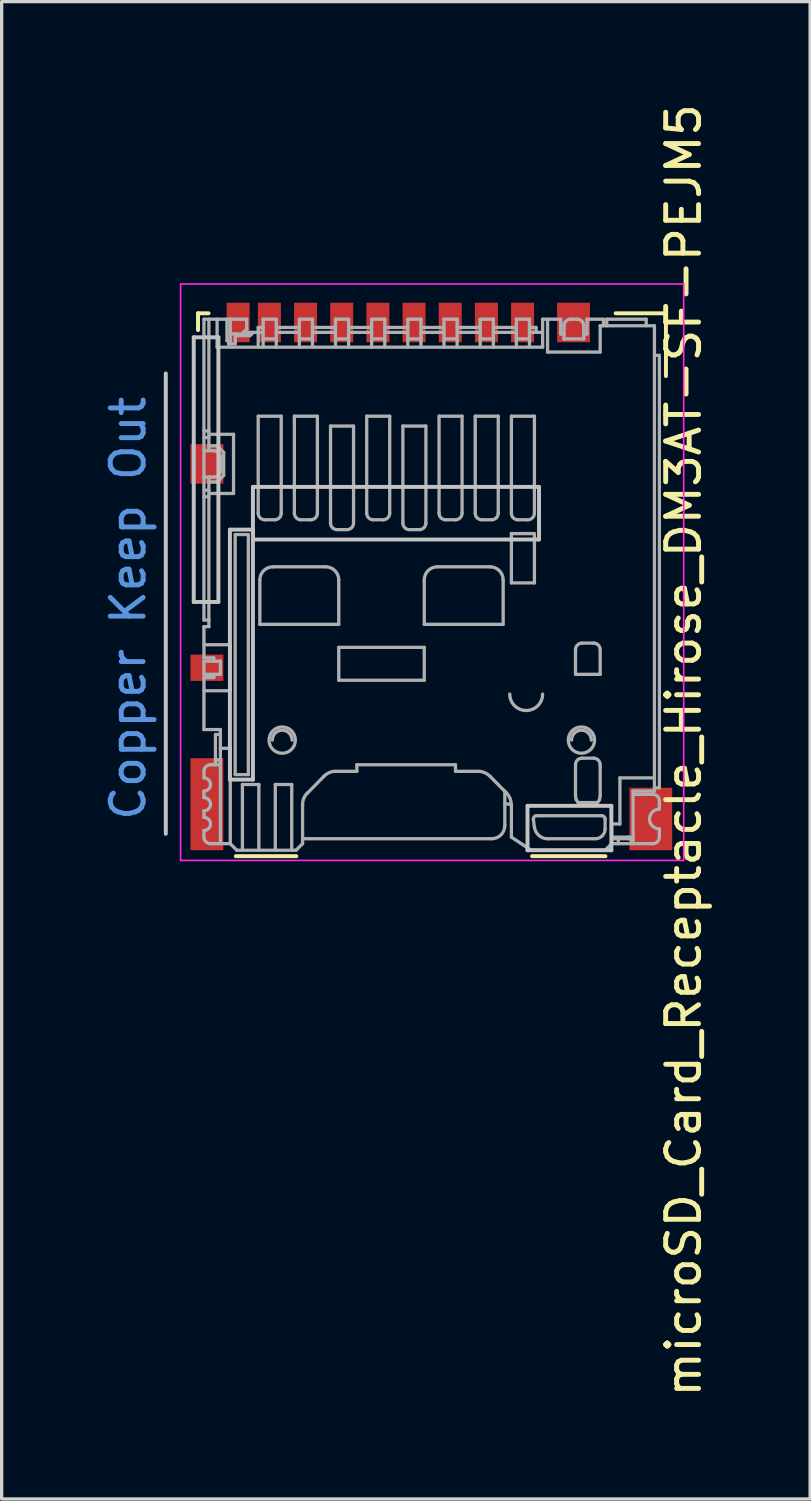
<source format=kicad_pcb>
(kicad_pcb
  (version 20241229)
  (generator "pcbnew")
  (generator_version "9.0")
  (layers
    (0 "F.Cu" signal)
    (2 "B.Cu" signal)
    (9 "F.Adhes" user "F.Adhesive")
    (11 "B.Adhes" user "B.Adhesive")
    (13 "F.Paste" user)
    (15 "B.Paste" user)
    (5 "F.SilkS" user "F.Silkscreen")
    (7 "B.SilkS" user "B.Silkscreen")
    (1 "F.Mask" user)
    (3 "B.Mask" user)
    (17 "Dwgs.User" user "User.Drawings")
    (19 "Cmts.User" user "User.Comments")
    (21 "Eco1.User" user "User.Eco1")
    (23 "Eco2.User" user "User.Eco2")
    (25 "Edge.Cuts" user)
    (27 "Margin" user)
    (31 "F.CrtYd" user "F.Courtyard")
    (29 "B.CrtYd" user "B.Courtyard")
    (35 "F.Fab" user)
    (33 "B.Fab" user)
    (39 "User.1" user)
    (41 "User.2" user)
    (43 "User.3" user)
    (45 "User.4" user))
  (footprint "microSD_Card_Receptacle_Hirose_DM3AT-SF-PEJM5"
    (layer "F.Cu")
    (at 9.992 14.307)
    (property "Reference" "microSD_Card_Receptacle_Hirose_DM3AT-SF-PEJM5" (at 7.747 5.461 90) (layer "F.SilkS") (effects (font (size 1 1) (thickness 0.15))))
    (attr smd)
    (fp_line (start -7.02 -7.83) (end -7.02 -7.32) (stroke (width 0.12) (type solid)) (layer "F.SilkS"))
    (fp_line (start -6.7 -7.83) (end -7.02 -7.83) (stroke (width 0.12) (type solid)) (layer "F.SilkS"))
    (fp_line (start -5.87 8.68) (end -4.03 8.68) (stroke (width 0.12) (type solid)) (layer "F.SilkS"))
    (fp_line (start 5.37 8.68) (end 3.14 8.68) (stroke (width 0.12) (type solid)) (layer "F.SilkS"))
    (fp_line (start 5.68 -7.83) (end 7.21 -7.83) (stroke (width 0.12) (type solid)) (layer "F.SilkS"))
    (fp_line (start 7.21 -7.83) (end 7.21 -5.92) (stroke (width 0.12) (type solid)) (layer "F.SilkS"))
    (fp_line (start -8 8) (end -8 -6) (stroke (width 0.12) (type solid)) (layer "Dwgs.User"))
    (fp_line (start -7.15 -7.1) (end -6.4 -7.1) (stroke (width 0.12) (type solid)) (layer "Dwgs.User"))
    (fp_line (start -7.15 0.95) (end -7.15 -7.1) (stroke (width 0.12) (type solid)) (layer "Dwgs.User"))
    (fp_line (start -6.4 -7.1) (end -6.4 0.95) (stroke (width 0.12) (type solid)) (layer "Dwgs.User"))
    (fp_line (start -6.4 0.95) (end -7.15 0.95) (stroke (width 0.12) (type solid)) (layer "Dwgs.User"))
    (fp_line (start -6.05 -1.25) (end -5.35 -1.25) (stroke (width 0.12) (type solid)) (layer "Dwgs.User"))
    (fp_line (start -6.05 6.35) (end -6.05 -1.25) (stroke (width 0.12) (type solid)) (layer "Dwgs.User"))
    (fp_line (start -5.35 -2.55) (end -5.35 -0.95) (stroke (width 0.12) (type solid)) (layer "Dwgs.User"))
    (fp_line (start -5.35 -2.55) (end 3.35 -2.55) (stroke (width 0.12) (type solid)) (layer "Dwgs.User"))
    (fp_line (start -5.35 -1.25) (end -5.35 6.35) (stroke (width 0.12) (type solid)) (layer "Dwgs.User"))
    (fp_line (start -5.35 6.35) (end -6.05 6.35) (stroke (width 0.12) (type solid)) (layer "Dwgs.User"))
    (fp_line (start 3 7.15) (end 5.55 7.15) (stroke (width 0.12) (type solid)) (layer "Dwgs.User"))
    (fp_line (start 3 8.5) (end 3 7.15) (stroke (width 0.12) (type solid)) (layer "Dwgs.User"))
    (fp_line (start 3.35 -2.55) (end 3.35 -0.95) (stroke (width 0.12) (type solid)) (layer "Dwgs.User"))
    (fp_line (start 3.35 -0.95) (end -5.35 -0.95) (stroke (width 0.12) (type solid)) (layer "Dwgs.User"))
    (fp_line (start 5.55 7.15) (end 5.55 8.5) (stroke (width 0.12) (type solid)) (layer "Dwgs.User"))
    (fp_line (start 5.55 8.5) (end 3 8.5) (stroke (width 0.12) (type solid)) (layer "Dwgs.User"))
    (fp_line (start -7.55 -8.72) (end 7.75 -8.72) (stroke (width 0.05) (type solid)) (layer "F.CrtYd"))
    (fp_line (start -7.55 8.81) (end -7.55 -8.72) (stroke (width 0.05) (type solid)) (layer "F.CrtYd"))
    (fp_line (start 7.75 -8.72) (end 7.75 8.81) (stroke (width 0.05) (type solid)) (layer "F.CrtYd"))
    (fp_line (start 7.75 8.81) (end -7.55 8.81) (stroke (width 0.05) (type solid)) (layer "F.CrtYd"))
    (fp_line (start -6.84 -3.66) (end -6.83 -3.65) (stroke (width 0.1) (type solid)) (layer "F.Fab"))
    (fp_line (start -6.84 -2.84) (end -6.83 -2.85) (stroke (width 0.1) (type solid)) (layer "F.Fab"))
    (fp_line (start -6.84 -2.83) (end -6.84 -2.84) (stroke (width 0.1) (type solid)) (layer "F.Fab"))
    (fp_line (start -6.84 -2.45) (end -6.69 -2.45) (stroke (width 0.1) (type solid)) (layer "F.Fab"))
    (fp_line (start -6.84 1.5) (end -6.84 -7.65) (stroke (width 0.1) (type solid)) (layer "F.Fab"))
    (fp_line (start -6.84 1.5) (end -6.69 1.5) (stroke (width 0.1) (type solid)) (layer "F.Fab"))
    (fp_line (start -6.84 1.7) (end -6.84 2.65) (stroke (width 0.1) (type solid)) (layer "F.Fab"))
    (fp_line (start -6.84 1.7) (end -6.69 1.7) (stroke (width 0.1) (type solid)) (layer "F.Fab"))
    (fp_line (start -6.84 2.65) (end -6.54 2.65) (stroke (width 0.1) (type solid)) (layer "F.Fab"))
    (fp_line (start -6.84 2.75) (end -6.84 3.15) (stroke (width 0.1) (type solid)) (layer "F.Fab"))
    (fp_line (start -6.84 3.15) (end -6.34 3.15) (stroke (width 0.1) (type solid)) (layer "F.Fab"))
    (fp_line (start -6.84 4.83) (end -6.84 3.25) (stroke (width 0.1) (type solid)) (layer "F.Fab"))
    (fp_line (start -6.84 6.3) (end -6.84 6.1) (stroke (width 0.1) (type solid)) (layer "F.Fab"))
    (fp_line (start -6.84 6.9) (end -6.84 6.7) (stroke (width 0.1) (type solid)) (layer "F.Fab"))
    (fp_line (start -6.84 7.5) (end -6.84 7.3) (stroke (width 0.1) (type solid)) (layer "F.Fab"))
    (fp_line (start -6.84 8.1) (end -6.84 7.9) (stroke (width 0.1) (type solid)) (layer "F.Fab"))
    (fp_line (start -6.83 -3.65) (end -6.54 -3.65) (stroke (width 0.1) (type solid)) (layer "F.Fab"))
    (fp_line (start -6.69 -4.25) (end -6.84 -4.25) (stroke (width 0.1) (type solid)) (layer "F.Fab"))
    (fp_line (start -6.69 -4.05) (end -6.84 -4.05) (stroke (width 0.1) (type solid)) (layer "F.Fab"))
    (fp_line (start -6.69 -3.66) (end -6.69 -7.65) (stroke (width 0.1) (type solid)) (layer "F.Fab"))
    (fp_line (start -6.69 -2.84) (end -6.69 -2.83) (stroke (width 0.1) (type solid)) (layer "F.Fab"))
    (fp_line (start -6.69 -2.7) (end -6.44 -2.7) (stroke (width 0.1) (type solid)) (layer "F.Fab"))
    (fp_line (start -6.69 -2.35) (end -5.94 -2.35) (stroke (width 0.1) (type solid)) (layer "F.Fab"))
    (fp_line (start -6.69 -2.25) (end -6.84 -2.25) (stroke (width 0.1) (type solid)) (layer "F.Fab"))
    (fp_line (start -6.69 1.7) (end -6.69 -2.83) (stroke (width 0.1) (type solid)) (layer "F.Fab"))
    (fp_line (start -6.68 -2.84) (end -6.69 -2.84) (stroke (width 0.1) (type solid)) (layer "F.Fab"))
    (fp_line (start -6.67 -2.84) (end -6.68 -2.84) (stroke (width 0.1) (type solid)) (layer "F.Fab"))
    (fp_line (start -6.66 -2.85) (end -6.67 -2.84) (stroke (width 0.1) (type solid)) (layer "F.Fab"))
    (fp_line (start -6.65 -2.85) (end -6.66 -2.85) (stroke (width 0.1) (type solid)) (layer "F.Fab"))
    (fp_line (start -6.64 -2.85) (end -6.65 -2.85) (stroke (width 0.1) (type solid)) (layer "F.Fab"))
    (fp_line (start -6.64 5.9) (end -6.34 5.9) (stroke (width 0.1) (type solid)) (layer "F.Fab"))
    (fp_line (start -6.54 -2.85) (end -6.83 -2.85) (stroke (width 0.1) (type solid)) (layer "F.Fab"))
    (fp_line (start -6.54 2.75) (end -6.54 2.65) (stroke (width 0.1) (type solid)) (layer "F.Fab"))
    (fp_line (start -6.54 3.25) (end -6.84 3.25) (stroke (width 0.1) (type solid)) (layer "F.Fab"))
    (fp_line (start -6.54 3.25) (end -6.54 3.15) (stroke (width 0.1) (type solid)) (layer "F.Fab"))
    (fp_line (start -6.49 4.98) (end -6.49 5.9) (stroke (width 0.1) (type solid)) (layer "F.Fab"))
    (fp_line (start -6.49 5.75) (end -6.34 5.75) (stroke (width 0.1) (type solid)) (layer "F.Fab"))
    (fp_line (start -6.44 -7.65) (end -6.44 -6.8) (stroke (width 0.1) (type solid)) (layer "F.Fab"))
    (fp_line (start -6.44 -6.8) (end 3.46 -6.8) (stroke (width 0.1) (type solid)) (layer "F.Fab"))
    (fp_line (start -6.44 -3.8) (end -6.69 -3.8) (stroke (width 0.1) (type solid)) (layer "F.Fab"))
    (fp_line (start -6.44 -2.7) (end -6.24 -2.9) (stroke (width 0.1) (type solid)) (layer "F.Fab"))
    (fp_line (start -6.34 -3.45) (end -6.34 -3.05) (stroke (width 0.1) (type solid)) (layer "F.Fab"))
    (fp_line (start -6.34 2.75) (end -6.84 2.75) (stroke (width 0.1) (type solid)) (layer "F.Fab"))
    (fp_line (start -6.34 3.15) (end -6.34 2.75) (stroke (width 0.1) (type solid)) (layer "F.Fab"))
    (fp_line (start -6.34 4.83) (end -6.84 4.83) (stroke (width 0.1) (type solid)) (layer "F.Fab"))
    (fp_line (start -6.34 4.98) (end -6.49 4.98) (stroke (width 0.1) (type solid)) (layer "F.Fab"))
    (fp_line (start -6.34 8.3) (end -6.34 4.83) (stroke (width 0.1) (type solid)) (layer "F.Fab"))
    (fp_line (start -6.24 -3.6) (end -6.44 -3.8) (stroke (width 0.1) (type solid)) (layer "F.Fab"))
    (fp_line (start -6.24 -2.9) (end -6.24 -3.6) (stroke (width 0.1) (type solid)) (layer "F.Fab"))
    (fp_line (start -6.14 -7) (end -6.14 -7.65) (stroke (width 0.1) (type solid)) (layer "F.Fab"))
    (fp_line (start -6.09 -7) (end -6.14 -7) (stroke (width 0.1) (type solid)) (layer "F.Fab"))
    (fp_line (start -6.09 -6.9) (end -6.09 -7) (stroke (width 0.1) (type solid)) (layer "F.Fab"))
    (fp_line (start -6.09 -6.9) (end -5.89 -6.9) (stroke (width 0.1) (type solid)) (layer "F.Fab"))
    (fp_line (start -6.05 -7.65) (end -6.84 -7.65) (stroke (width 0.1) (type solid)) (layer "F.Fab"))
    (fp_line (start -6.04 -7.65) (end -6.04 -6.9) (stroke (width 0.1) (type solid)) (layer "F.Fab"))
    (fp_line (start -6.04 -7.2) (end -5.69 -7.2) (stroke (width 0.1) (type solid)) (layer "F.Fab"))
    (fp_line (start -6.04 2.25) (end -6.84 2.25) (stroke (width 0.1) (type solid)) (layer "F.Fab"))
    (fp_line (start -6.04 3.65) (end -6.84 3.65) (stroke (width 0.1) (type solid)) (layer "F.Fab"))
    (fp_line (start -6.04 3.65) (end -6.04 2.25) (stroke (width 0.1) (type solid)) (layer "F.Fab"))
    (fp_line (start -6.04 5.4) (end -6.34 5.4) (stroke (width 0.1) (type solid)) (layer "F.Fab"))
    (fp_line (start -6.04 8.3) (end -6.64 8.3) (stroke (width 0.1) (type solid)) (layer "F.Fab"))
    (fp_line (start -6.04 8.3) (end -6.04 5.4) (stroke (width 0.1) (type solid)) (layer "F.Fab"))
    (fp_line (start -5.94 -4.15) (end -6.69 -4.15) (stroke (width 0.1) (type solid)) (layer "F.Fab"))
    (fp_line (start -5.94 -2.35) (end -5.94 -4.15) (stroke (width 0.1) (type solid)) (layer "F.Fab"))
    (fp_line (start -5.89 -7.15) (end -5.44 -7.15) (stroke (width 0.1) (type solid)) (layer "F.Fab"))
    (fp_line (start -5.89 -6.9) (end -5.89 -7.2) (stroke (width 0.1) (type solid)) (layer "F.Fab"))
    (fp_line (start -5.89 -1.1) (end -5.89 6.2) (stroke (width 0.1) (type solid)) (layer "F.Fab"))
    (fp_line (start -5.89 6.2) (end -5.49 6.2) (stroke (width 0.1) (type solid)) (layer "F.Fab"))
    (fp_line (start -5.84 8.5) (end -6.04 8.3) (stroke (width 0.1) (type solid)) (layer "F.Fab"))
    (fp_line (start -5.67 6.5) (end -5.67 8.5) (stroke (width 0.1) (type solid)) (layer "F.Fab"))
    (fp_line (start -5.54 -7.65) (end -6.04 -7.65) (stroke (width 0.1) (type solid)) (layer "F.Fab"))
    (fp_line (start -5.54 -7.65) (end -5.54 -7.35) (stroke (width 0.1) (type solid)) (layer "F.Fab"))
    (fp_line (start -5.54 -7.35) (end -5.69 -7.2) (stroke (width 0.1) (type solid)) (layer "F.Fab"))
    (fp_line (start -5.49 -1.1) (end -5.89 -1.1) (stroke (width 0.1) (type solid)) (layer "F.Fab"))
    (fp_line (start -5.49 6.2) (end -5.49 -1.1) (stroke (width 0.1) (type solid)) (layer "F.Fab"))
    (fp_line (start -5.44 -7.15) (end -5.34 -7.25) (stroke (width 0.1) (type solid)) (layer "F.Fab"))
    (fp_line (start -5.39 -7.25) (end -5.64 -7.25) (stroke (width 0.1) (type solid)) (layer "F.Fab"))
    (fp_line (start -5.39 -7.2) (end -5.39 -7.25) (stroke (width 0.1) (type solid)) (layer "F.Fab"))
    (fp_line (start -5.19 -7.25) (end -5.19 -7.4) (stroke (width 0.1) (type solid)) (layer "F.Fab"))
    (fp_line (start -5.19 -7.25) (end -5.19 -6.8) (stroke (width 0.1) (type solid)) (layer "F.Fab"))
    (fp_line (start -5.19 -4.7) (end -5.19 -1.75) (stroke (width 0.1) (type solid)) (layer "F.Fab"))
    (fp_line (start -5.17 6.5) (end -5.67 6.5) (stroke (width 0.1) (type solid)) (layer "F.Fab"))
    (fp_line (start -5.17 8.5) (end -5.17 6.5) (stroke (width 0.1) (type solid)) (layer "F.Fab"))
    (fp_line (start -5.14 0.28) (end -5.14 1.63) (stroke (width 0.1) (type solid)) (layer "F.Fab"))
    (fp_line (start -5.14 1.63) (end -2.74 1.63) (stroke (width 0.1) (type solid)) (layer "F.Fab"))
    (fp_line (start -5.04 -7.65) (end -5.04 -6.8) (stroke (width 0.1) (type solid)) (layer "F.Fab"))
    (fp_line (start -5.04 -7.4) (end -5.19 -7.4) (stroke (width 0.1) (type solid)) (layer "F.Fab"))
    (fp_line (start -5.04 -7.25) (end -5.34 -7.25) (stroke (width 0.1) (type solid)) (layer "F.Fab"))
    (fp_line (start -4.99 -1.55) (end -4.69 -1.55) (stroke (width 0.1) (type solid)) (layer "F.Fab"))
    (fp_line (start -4.67 6.5) (end -4.67 8.5) (stroke (width 0.1) (type solid)) (layer "F.Fab"))
    (fp_line (start -4.64 -7.65) (end -5.04 -7.65) (stroke (width 0.1) (type solid)) (layer "F.Fab"))
    (fp_line (start -4.64 -7.05) (end -5.04 -7.05) (stroke (width 0.1) (type solid)) (layer "F.Fab"))
    (fp_line (start -4.64 -6.8) (end -4.64 -7.65) (stroke (width 0.1) (type solid)) (layer "F.Fab"))
    (fp_line (start -4.49 -4.7) (end -5.19 -4.7) (stroke (width 0.1) (type solid)) (layer "F.Fab"))
    (fp_line (start -4.49 -1.75) (end -4.49 -4.7) (stroke (width 0.1) (type solid)) (layer "F.Fab"))
    (fp_line (start -4.17 6.5) (end -4.67 6.5) (stroke (width 0.1) (type solid)) (layer "F.Fab"))
    (fp_line (start -4.17 8.5) (end -4.17 6.5) (stroke (width 0.1) (type solid)) (layer "F.Fab"))
    (fp_line (start -4.09 -4.7) (end -4.09 -1.75) (stroke (width 0.1) (type solid)) (layer "F.Fab"))
    (fp_line (start -4.04 8.5) (end -5.84 8.5) (stroke (width 0.1) (type solid)) (layer "F.Fab"))
    (fp_line (start -3.94 -7.65) (end -3.94 -6.8) (stroke (width 0.1) (type solid)) (layer "F.Fab"))
    (fp_line (start -3.94 -7.4) (end -4.64 -7.4) (stroke (width 0.1) (type solid)) (layer "F.Fab"))
    (fp_line (start -3.94 -7.25) (end -4.64 -7.25) (stroke (width 0.1) (type solid)) (layer "F.Fab"))
    (fp_line (start -3.89 -1.55) (end -3.59 -1.55) (stroke (width 0.1) (type solid)) (layer "F.Fab"))
    (fp_line (start -3.84 8.3) (end -4.04 8.5) (stroke (width 0.1) (type solid)) (layer "F.Fab"))
    (fp_line (start -3.84 8.3) (end -3.84 7.11) (stroke (width 0.1) (type solid)) (layer "F.Fab"))
    (fp_line (start -3.69 6.76) (end -3.19 6.25) (stroke (width 0.1) (type solid)) (layer "F.Fab"))
    (fp_line (start -3.54 -7.65) (end -3.94 -7.65) (stroke (width 0.1) (type solid)) (layer "F.Fab"))
    (fp_line (start -3.54 -7.05) (end -3.94 -7.05) (stroke (width 0.1) (type solid)) (layer "F.Fab"))
    (fp_line (start -3.54 -6.8) (end -3.54 -7.65) (stroke (width 0.1) (type solid)) (layer "F.Fab"))
    (fp_line (start -3.39 -4.7) (end -4.09 -4.7) (stroke (width 0.1) (type solid)) (layer "F.Fab"))
    (fp_line (start -3.39 -1.75) (end -3.39 -4.7) (stroke (width 0.1) (type solid)) (layer "F.Fab"))
    (fp_line (start -3.14 -0.12) (end -4.74 -0.12) (stroke (width 0.1) (type solid)) (layer "F.Fab"))
    (fp_line (start -2.99 -4.4) (end -2.99 -1.45) (stroke (width 0.1) (type solid)) (layer "F.Fab"))
    (fp_line (start -2.84 -7.65) (end -2.84 -6.8) (stroke (width 0.1) (type solid)) (layer "F.Fab"))
    (fp_line (start -2.84 -7.4) (end -3.54 -7.4) (stroke (width 0.1) (type solid)) (layer "F.Fab"))
    (fp_line (start -2.84 -7.25) (end -3.54 -7.25) (stroke (width 0.1) (type solid)) (layer "F.Fab"))
    (fp_line (start -2.83 6.1) (end -2.19 6.1) (stroke (width 0.1) (type solid)) (layer "F.Fab"))
    (fp_line (start -2.79 -1.25) (end -2.49 -1.25) (stroke (width 0.1) (type solid)) (layer "F.Fab"))
    (fp_line (start -2.74 1.63) (end -2.74 0.28) (stroke (width 0.1) (type solid)) (layer "F.Fab"))
    (fp_line (start -2.74 2.33) (end -2.74 3.33) (stroke (width 0.1) (type solid)) (layer "F.Fab"))
    (fp_line (start -2.74 3.33) (end -0.14 3.33) (stroke (width 0.1) (type solid)) (layer "F.Fab"))
    (fp_line (start -2.44 -7.65) (end -2.84 -7.65) (stroke (width 0.1) (type solid)) (layer "F.Fab"))
    (fp_line (start -2.44 -7.05) (end -2.84 -7.05) (stroke (width 0.1) (type solid)) (layer "F.Fab"))
    (fp_line (start -2.44 -6.8) (end -2.44 -7.65) (stroke (width 0.1) (type solid)) (layer "F.Fab"))
    (fp_line (start -2.29 -4.4) (end -2.99 -4.4) (stroke (width 0.1) (type solid)) (layer "F.Fab"))
    (fp_line (start -2.29 -1.45) (end -2.29 -4.4) (stroke (width 0.1) (type solid)) (layer "F.Fab"))
    (fp_line (start -2.19 5.9) (end 0.81 5.9) (stroke (width 0.1) (type solid)) (layer "F.Fab"))
    (fp_line (start -2.19 6.1) (end -2.19 5.9) (stroke (width 0.1) (type solid)) (layer "F.Fab"))
    (fp_line (start -1.89 -4.7) (end -1.89 -1.75) (stroke (width 0.1) (type solid)) (layer "F.Fab"))
    (fp_line (start -1.74 -7.65) (end -1.74 -6.8) (stroke (width 0.1) (type solid)) (layer "F.Fab"))
    (fp_line (start -1.74 -7.4) (end -2.44 -7.4) (stroke (width 0.1) (type solid)) (layer "F.Fab"))
    (fp_line (start -1.74 -7.25) (end -2.44 -7.25) (stroke (width 0.1) (type solid)) (layer "F.Fab"))
    (fp_line (start -1.69 -1.55) (end -1.39 -1.55) (stroke (width 0.1) (type solid)) (layer "F.Fab"))
    (fp_line (start -1.34 -7.65) (end -1.74 -7.65) (stroke (width 0.1) (type solid)) (layer "F.Fab"))
    (fp_line (start -1.34 -7.05) (end -1.74 -7.05) (stroke (width 0.1) (type solid)) (layer "F.Fab"))
    (fp_line (start -1.34 -6.8) (end -1.34 -7.65) (stroke (width 0.1) (type solid)) (layer "F.Fab"))
    (fp_line (start -1.19 -4.7) (end -1.89 -4.7) (stroke (width 0.1) (type solid)) (layer "F.Fab"))
    (fp_line (start -1.19 -1.75) (end -1.19 -4.7) (stroke (width 0.1) (type solid)) (layer "F.Fab"))
    (fp_line (start -0.79 -4.4) (end -0.79 -1.45) (stroke (width 0.1) (type solid)) (layer "F.Fab"))
    (fp_line (start -0.64 -7.65) (end -0.64 -6.8) (stroke (width 0.1) (type solid)) (layer "F.Fab"))
    (fp_line (start -0.64 -7.4) (end -1.34 -7.4) (stroke (width 0.1) (type solid)) (layer "F.Fab"))
    (fp_line (start -0.64 -7.25) (end -1.34 -7.25) (stroke (width 0.1) (type solid)) (layer "F.Fab"))
    (fp_line (start -0.59 -1.25) (end -0.29 -1.25) (stroke (width 0.1) (type solid)) (layer "F.Fab"))
    (fp_line (start -0.24 -7.65) (end -0.64 -7.65) (stroke (width 0.1) (type solid)) (layer "F.Fab"))
    (fp_line (start -0.24 -7.05) (end -0.64 -7.05) (stroke (width 0.1) (type solid)) (layer "F.Fab"))
    (fp_line (start -0.24 -6.8) (end -0.24 -7.65) (stroke (width 0.1) (type solid)) (layer "F.Fab"))
    (fp_line (start -0.14 0.28) (end -0.14 1.63) (stroke (width 0.1) (type solid)) (layer "F.Fab"))
    (fp_line (start -0.14 1.63) (end 2.26 1.63) (stroke (width 0.1) (type solid)) (layer "F.Fab"))
    (fp_line (start -0.14 2.33) (end -2.74 2.33) (stroke (width 0.1) (type solid)) (layer "F.Fab"))
    (fp_line (start -0.14 3.33) (end -0.14 2.33) (stroke (width 0.1) (type solid)) (layer "F.Fab"))
    (fp_line (start -0.09 -4.4) (end -0.79 -4.4) (stroke (width 0.1) (type solid)) (layer "F.Fab"))
    (fp_line (start -0.09 -1.45) (end -0.09 -4.4) (stroke (width 0.1) (type solid)) (layer "F.Fab"))
    (fp_line (start 0.31 -4.7) (end 0.31 -1.75) (stroke (width 0.1) (type solid)) (layer "F.Fab"))
    (fp_line (start 0.46 -7.65) (end 0.46 -6.8) (stroke (width 0.1) (type solid)) (layer "F.Fab"))
    (fp_line (start 0.46 -7.4) (end -0.24 -7.4) (stroke (width 0.1) (type solid)) (layer "F.Fab"))
    (fp_line (start 0.46 -7.25) (end -0.24 -7.25) (stroke (width 0.1) (type solid)) (layer "F.Fab"))
    (fp_line (start 0.51 -1.55) (end 0.81 -1.55) (stroke (width 0.1) (type solid)) (layer "F.Fab"))
    (fp_line (start 0.81 5.9) (end 0.81 6.1) (stroke (width 0.1) (type solid)) (layer "F.Fab"))
    (fp_line (start 0.81 6.1) (end 1.5 6.1) (stroke (width 0.1) (type solid)) (layer "F.Fab"))
    (fp_line (start 0.86 -7.65) (end 0.46 -7.65) (stroke (width 0.1) (type solid)) (layer "F.Fab"))
    (fp_line (start 0.86 -7.05) (end 0.46 -7.05) (stroke (width 0.1) (type solid)) (layer "F.Fab"))
    (fp_line (start 0.86 -6.8) (end 0.86 -7.65) (stroke (width 0.1) (type solid)) (layer "F.Fab"))
    (fp_line (start 1.01 -4.7) (end 0.31 -4.7) (stroke (width 0.1) (type solid)) (layer "F.Fab"))
    (fp_line (start 1.01 -1.75) (end 1.01 -4.7) (stroke (width 0.1) (type solid)) (layer "F.Fab"))
    (fp_line (start 1.41 -4.7) (end 1.41 -1.75) (stroke (width 0.1) (type solid)) (layer "F.Fab"))
    (fp_line (start 1.56 -7.65) (end 1.56 -6.8) (stroke (width 0.1) (type solid)) (layer "F.Fab"))
    (fp_line (start 1.56 -7.4) (end 0.86 -7.4) (stroke (width 0.1) (type solid)) (layer "F.Fab"))
    (fp_line (start 1.56 -7.25) (end 0.86 -7.25) (stroke (width 0.1) (type solid)) (layer "F.Fab"))
    (fp_line (start 1.61 -1.55) (end 1.91 -1.55) (stroke (width 0.1) (type solid)) (layer "F.Fab"))
    (fp_line (start 1.86 -0.12) (end 0.26 -0.12) (stroke (width 0.1) (type solid)) (layer "F.Fab"))
    (fp_line (start 1.86 6.25) (end 2.36 6.76) (stroke (width 0.1) (type solid)) (layer "F.Fab"))
    (fp_line (start 1.91 8.15) (end -3.84 8.15) (stroke (width 0.1) (type solid)) (layer "F.Fab"))
    (fp_line (start 1.96 -7.65) (end 1.56 -7.65) (stroke (width 0.1) (type solid)) (layer "F.Fab"))
    (fp_line (start 1.96 -7.05) (end 1.56 -7.05) (stroke (width 0.1) (type solid)) (layer "F.Fab"))
    (fp_line (start 1.96 -6.8) (end 1.96 -7.65) (stroke (width 0.1) (type solid)) (layer "F.Fab"))
    (fp_line (start 2.11 -4.7) (end 1.41 -4.7) (stroke (width 0.1) (type solid)) (layer "F.Fab"))
    (fp_line (start 2.11 -1.75) (end 2.11 -4.7) (stroke (width 0.1) (type solid)) (layer "F.Fab"))
    (fp_line (start 2.26 1.63) (end 2.26 0.28) (stroke (width 0.1) (type solid)) (layer "F.Fab"))
    (fp_line (start 2.31 6.7) (end 2.31 7.75) (stroke (width 0.1) (type solid)) (layer "F.Fab"))
    (fp_line (start 2.31 7.08) (end 2.51 7.11) (stroke (width 0.1) (type solid)) (layer "F.Fab"))
    (fp_line (start 2.51 -4.7) (end 2.51 -1.75) (stroke (width 0.1) (type solid)) (layer "F.Fab"))
    (fp_line (start 2.51 -1.13) (end 2.51 0.37) (stroke (width 0.1) (type solid)) (layer "F.Fab"))
    (fp_line (start 2.51 0.37) (end 3.21 0.37) (stroke (width 0.1) (type solid)) (layer "F.Fab"))
    (fp_line (start 2.51 7.11) (end 2.51 8.1) (stroke (width 0.1) (type solid)) (layer "F.Fab"))
    (fp_line (start 2.66 -7.65) (end 2.66 -6.8) (stroke (width 0.1) (type solid)) (layer "F.Fab"))
    (fp_line (start 2.66 -7.4) (end 1.96 -7.4) (stroke (width 0.1) (type solid)) (layer "F.Fab"))
    (fp_line (start 2.66 -7.25) (end 1.96 -7.25) (stroke (width 0.1) (type solid)) (layer "F.Fab"))
    (fp_line (start 2.71 -1.55) (end 3.01 -1.55) (stroke (width 0.1) (type solid)) (layer "F.Fab"))
    (fp_line (start 3.06 -7.65) (end 2.66 -7.65) (stroke (width 0.1) (type solid)) (layer "F.Fab"))
    (fp_line (start 3.06 -7.05) (end 2.66 -7.05) (stroke (width 0.1) (type solid)) (layer "F.Fab"))
    (fp_line (start 3.06 -6.8) (end 3.06 -7.65) (stroke (width 0.1) (type solid)) (layer "F.Fab"))
    (fp_line (start 3.11 8.5) (end 2.51 8.1) (stroke (width 0.1) (type solid)) (layer "F.Fab"))
    (fp_line (start 3.18 7.57) (end 3.21 7.81) (stroke (width 0.1) (type solid)) (layer "F.Fab"))
    (fp_line (start 3.21 -4.7) (end 2.51 -4.7) (stroke (width 0.1) (type solid)) (layer "F.Fab"))
    (fp_line (start 3.21 -1.75) (end 3.21 -4.7) (stroke (width 0.1) (type solid)) (layer "F.Fab"))
    (fp_line (start 3.21 -1.13) (end 2.51 -1.13) (stroke (width 0.1) (type solid)) (layer "F.Fab"))
    (fp_line (start 3.21 0.37) (end 3.21 -1.13) (stroke (width 0.1) (type solid)) (layer "F.Fab"))
    (fp_line (start 3.26 -7.4) (end 3.06 -7.4) (stroke (width 0.1) (type solid)) (layer "F.Fab"))
    (fp_line (start 3.26 -7.4) (end 3.26 -7.25) (stroke (width 0.1) (type solid)) (layer "F.Fab"))
    (fp_line (start 3.46 -7.65) (end 3.46 -6.8) (stroke (width 0.1) (type solid)) (layer "F.Fab"))
    (fp_line (start 3.46 -7.65) (end 4.01 -7.65) (stroke (width 0.1) (type solid)) (layer "F.Fab"))
    (fp_line (start 3.46 -7.25) (end 3.06 -7.25) (stroke (width 0.1) (type solid)) (layer "F.Fab"))
    (fp_line (start 3.61 -7.65) (end 3.61 -6.65) (stroke (width 0.1) (type solid)) (layer "F.Fab"))
    (fp_line (start 3.61 -6.65) (end 5.21 -6.65) (stroke (width 0.1) (type solid)) (layer "F.Fab"))
    (fp_line (start 3.61 8.15) (end 5.06 8.15) (stroke (width 0.1) (type solid)) (layer "F.Fab"))
    (fp_line (start 4.01 -7.2) (end 4.01 -7.65) (stroke (width 0.1) (type solid)) (layer "F.Fab"))
    (fp_line (start 4.01 -7.2) (end 4.11 -7.2) (stroke (width 0.1) (type solid)) (layer "F.Fab"))
    (fp_line (start 4.11 -7.45) (end 4.11 -7.05) (stroke (width 0.1) (type solid)) (layer "F.Fab"))
    (fp_line (start 4.11 -7.05) (end 4.71 -7.05) (stroke (width 0.1) (type solid)) (layer "F.Fab"))
    (fp_line (start 4.31 -7.65) (end 4.51 -7.65) (stroke (width 0.1) (type solid)) (layer "F.Fab"))
    (fp_line (start 4.46 2.4) (end 4.46 3.15) (stroke (width 0.1) (type solid)) (layer "F.Fab"))
    (fp_line (start 4.46 3.15) (end 5.21 3.15) (stroke (width 0.1) (type solid)) (layer "F.Fab"))
    (fp_line (start 4.46 5.9) (end 4.46 6.85) (stroke (width 0.1) (type solid)) (layer "F.Fab"))
    (fp_line (start 4.46 6.85) (end 4.48 6.96) (stroke (width 0.1) (type solid)) (layer "F.Fab"))
    (fp_line (start 4.48 6.96) (end 4.54 7.05) (stroke (width 0.1) (type solid)) (layer "F.Fab"))
    (fp_line (start 4.54 7.05) (end 5.13 7.05) (stroke (width 0.1) (type solid)) (layer "F.Fab"))
    (fp_line (start 4.71 -7.2) (end 4.81 -7.2) (stroke (width 0.1) (type solid)) (layer "F.Fab"))
    (fp_line (start 4.71 -7.05) (end 4.71 -7.45) (stroke (width 0.1) (type solid)) (layer "F.Fab"))
    (fp_line (start 4.81 -7.65) (end 5.31 -7.65) (stroke (width 0.1) (type solid)) (layer "F.Fab"))
    (fp_line (start 4.81 -7.2) (end 4.81 -7.65) (stroke (width 0.1) (type solid)) (layer "F.Fab"))
    (fp_line (start 5.01 2.2) (end 4.66 2.2) (stroke (width 0.1) (type solid)) (layer "F.Fab"))
    (fp_line (start 5.01 5.7) (end 4.66 5.7) (stroke (width 0.1) (type solid)) (layer "F.Fab"))
    (fp_line (start 5.13 7.05) (end 5.19 6.96) (stroke (width 0.1) (type solid)) (layer "F.Fab"))
    (fp_line (start 5.19 6.96) (end 5.21 6.85) (stroke (width 0.1) (type solid)) (layer "F.Fab"))
    (fp_line (start 5.21 -7.45) (end 6.86 -7.45) (stroke (width 0.1) (type solid)) (layer "F.Fab"))
    (fp_line (start 5.21 -6.65) (end 5.21 -7.45) (stroke (width 0.1) (type solid)) (layer "F.Fab"))
    (fp_line (start 5.21 3.15) (end 5.21 2.4) (stroke (width 0.1) (type solid)) (layer "F.Fab"))
    (fp_line (start 5.21 6.85) (end 5.21 5.9) (stroke (width 0.1) (type solid)) (layer "F.Fab"))
    (fp_line (start 5.26 7.45) (end 3.28 7.45) (stroke (width 0.1) (type solid)) (layer "F.Fab"))
    (fp_line (start 5.31 -7.65) (end 5.31 -7.45) (stroke (width 0.1) (type solid)) (layer "F.Fab"))
    (fp_line (start 5.36 7.85) (end 5.36 7.55) (stroke (width 0.1) (type solid)) (layer "F.Fab"))
    (fp_line (start 5.36 8.5) (end 3.11 8.5) (stroke (width 0.1) (type solid)) (layer "F.Fab"))
    (fp_line (start 5.36 8.5) (end 5.56 8.3) (stroke (width 0.1) (type solid)) (layer "F.Fab"))
    (fp_line (start 5.41 -7.65) (end 5.41 -7.45) (stroke (width 0.1) (type solid)) (layer "F.Fab"))
    (fp_line (start 5.41 -7.65) (end 6.61 -7.65) (stroke (width 0.1) (type solid)) (layer "F.Fab"))
    (fp_line (start 5.56 7.7) (end 5.56 8.3) (stroke (width 0.1) (type solid)) (layer "F.Fab"))
    (fp_line (start 5.56 7.7) (end 5.81 7.7) (stroke (width 0.1) (type solid)) (layer "F.Fab"))
    (fp_line (start 5.56 8.3) (end 6.16 8.3) (stroke (width 0.1) (type solid)) (layer "F.Fab"))
    (fp_line (start 5.76 8.3) (end 5.76 8.15) (stroke (width 0.1) (type solid)) (layer "F.Fab"))
    (fp_line (start 5.81 6.3) (end 5.81 7.7) (stroke (width 0.1) (type solid)) (layer "F.Fab"))
    (fp_line (start 6.06 8.1) (end 6.06 8.15) (stroke (width 0.1) (type solid)) (layer "F.Fab"))
    (fp_line (start 6.16 8.15) (end 5.56 8.15) (stroke (width 0.1) (type solid)) (layer "F.Fab"))
    (fp_line (start 6.16 8.3) (end 6.16 8.15) (stroke (width 0.1) (type solid)) (layer "F.Fab"))
    (fp_line (start 6.21 6.7) (end 6.21 8.3) (stroke (width 0.1) (type solid)) (layer "F.Fab"))
    (fp_line (start 6.21 6.7) (end 6.86 6.7) (stroke (width 0.1) (type solid)) (layer "F.Fab"))
    (fp_line (start 6.21 6.8) (end 6.81 6.8) (stroke (width 0.1) (type solid)) (layer "F.Fab"))
    (fp_line (start 6.21 8.1) (end 5.56 8.1) (stroke (width 0.1) (type solid)) (layer "F.Fab"))
    (fp_line (start 6.61 -7.45) (end 6.61 -7.65) (stroke (width 0.1) (type solid)) (layer "F.Fab"))
    (fp_line (start 6.81 8.3) (end 6.21 8.3) (stroke (width 0.1) (type solid)) (layer "F.Fab"))
    (fp_line (start 6.86 6.3) (end 5.81 6.3) (stroke (width 0.1) (type solid)) (layer "F.Fab"))
    (fp_line (start 6.86 6.7) (end 6.86 -7.45) (stroke (width 0.1) (type solid)) (layer "F.Fab"))
    (fp_line (start 7.01 -6.55) (end 6.86 -6.55) (stroke (width 0.1) (type solid)) (layer "F.Fab"))
    (fp_line (start 7.01 6.6) (end 6.86 6.6) (stroke (width 0.1) (type solid)) (layer "F.Fab"))
    (fp_line (start 7.01 6.6) (end 7.01 -6.55) (stroke (width 0.1) (type solid)) (layer "F.Fab"))
    (fp_line (start 7.01 7) (end 7.01 7.25) (stroke (width 0.1) (type solid)) (layer "F.Fab"))
    (fp_line (start 7.01 7.85) (end 7.01 8.1) (stroke (width 0.1) (type solid)) (layer "F.Fab"))
    (fp_arc (start -6.84 6.1) (mid -6.781421 5.958579) (end -6.64 5.9) (stroke (width 0.1) (type solid)) (layer "F.Fab"))
    (fp_arc (start -6.84 6.3) (mid -6.64 6.5) (end -6.84 6.7) (stroke (width 0.1) (type solid)) (layer "F.Fab"))
    (fp_arc (start -6.84 6.9) (mid -6.64 7.1) (end -6.84 7.3) (stroke (width 0.1) (type solid)) (layer "F.Fab"))
    (fp_arc (start -6.84 7.5) (mid -6.64 7.7) (end -6.84 7.9) (stroke (width 0.1) (type solid)) (layer "F.Fab"))
    (fp_arc (start -6.64 8.3) (mid -6.781421 8.241421) (end -6.84 8.1) (stroke (width 0.1) (type solid)) (layer "F.Fab"))
    (fp_arc (start -6.54 -3.65) (mid -6.398579 -3.591421) (end -6.34 -3.45) (stroke (width 0.1) (type solid)) (layer "F.Fab"))
    (fp_arc (start -6.34 -3.05) (mid -6.398579 -2.908579) (end -6.54 -2.85) (stroke (width 0.1) (type solid)) (layer "F.Fab"))
    (fp_arc (start -5.14 0.28) (mid -5.022843 -0.002843) (end -4.74 -0.12) (stroke (width 0.1) (type solid)) (layer "F.Fab"))
    (fp_arc (start -4.99 -1.55) (mid -5.131421 -1.608579) (end -5.19 -1.75) (stroke (width 0.1) (type solid)) (layer "F.Fab"))
    (fp_arc (start -4.76 5.15) (mid -4.46 4.85) (end -4.16 5.15) (stroke (width 0.1) (type solid)) (layer "F.Fab"))
    (fp_arc (start -4.49 -1.75) (mid -4.548579 -1.608579) (end -4.69 -1.55) (stroke (width 0.1) (type solid)) (layer "F.Fab"))
    (fp_arc (start -4.06 5.15) (mid -4.86 5.15) (end -4.06 5.15) (stroke (width 0.1) (type solid)) (layer "F.Fab"))
    (fp_arc (start -3.89 -1.55) (mid -4.031421 -1.608579) (end -4.09 -1.75) (stroke (width 0.1) (type solid)) (layer "F.Fab"))
    (fp_arc (start -3.84 7.11) (mid -3.80194 6.918658) (end -3.693553 6.756447) (stroke (width 0.1) (type solid)) (layer "F.Fab"))
    (fp_arc (start -3.39 -1.75) (mid -3.448579 -1.608579) (end -3.59 -1.55) (stroke (width 0.1) (type solid)) (layer "F.Fab"))
    (fp_arc (start -3.19 6.25) (mid -3.028657 6.138876) (end -2.837071 6.097954) (stroke (width 0.1) (type solid)) (layer "F.Fab"))
    (fp_arc (start -3.14 -0.12) (mid -2.857157 -0.002843) (end -2.74 0.28) (stroke (width 0.1) (type solid)) (layer "F.Fab"))
    (fp_arc (start -2.79 -1.25) (mid -2.931421 -1.308579) (end -2.99 -1.45) (stroke (width 0.1) (type solid)) (layer "F.Fab"))
    (fp_arc (start -2.29 -1.45) (mid -2.348579 -1.308579) (end -2.49 -1.25) (stroke (width 0.1) (type solid)) (layer "F.Fab"))
    (fp_arc (start -1.69 -1.55) (mid -1.831421 -1.608579) (end -1.89 -1.75) (stroke (width 0.1) (type solid)) (layer "F.Fab"))
    (fp_arc (start -1.19 -1.75) (mid -1.248579 -1.608579) (end -1.39 -1.55) (stroke (width 0.1) (type solid)) (layer "F.Fab"))
    (fp_arc (start -0.59 -1.25) (mid -0.731421 -1.308579) (end -0.79 -1.45) (stroke (width 0.1) (type solid)) (layer "F.Fab"))
    (fp_arc (start -0.14 0.28) (mid -0.022843 -0.002843) (end 0.26 -0.12) (stroke (width 0.1) (type solid)) (layer "F.Fab"))
    (fp_arc (start -0.09 -1.45) (mid -0.148579 -1.308579) (end -0.29 -1.25) (stroke (width 0.1) (type solid)) (layer "F.Fab"))
    (fp_arc (start 0.51 -1.55) (mid 0.368579 -1.608579) (end 0.31 -1.75) (stroke (width 0.1) (type solid)) (layer "F.Fab"))
    (fp_arc (start 1.01 -1.75) (mid 0.951421 -1.608579) (end 0.81 -1.55) (stroke (width 0.1) (type solid)) (layer "F.Fab"))
    (fp_arc (start 1.5 6.1) (mid 1.691342 6.13806) (end 1.853553 6.246447) (stroke (width 0.1) (type solid)) (layer "F.Fab"))
    (fp_arc (start 1.61 -1.55) (mid 1.468579 -1.608579) (end 1.41 -1.75) (stroke (width 0.1) (type solid)) (layer "F.Fab"))
    (fp_arc (start 1.86 -0.12) (mid 2.142843 -0.002843) (end 2.26 0.28) (stroke (width 0.1) (type solid)) (layer "F.Fab"))
    (fp_arc (start 2.11 -1.75) (mid 2.051421 -1.608579) (end 1.91 -1.55) (stroke (width 0.1) (type solid)) (layer "F.Fab"))
    (fp_arc (start 2.31 7.75) (mid 2.192843 8.032843) (end 1.91 8.15) (stroke (width 0.1) (type solid)) (layer "F.Fab"))
    (fp_arc (start 2.36 6.76) (mid 2.467297 6.920581) (end 2.504975 7.11) (stroke (width 0.1) (type solid)) (layer "F.Fab"))
    (fp_arc (start 2.71 -1.55) (mid 2.568579 -1.608579) (end 2.51 -1.75) (stroke (width 0.1) (type solid)) (layer "F.Fab"))
    (fp_arc (start 3.18 7.57) (mid 3.199354 7.48758) (end 3.27429 7.44818) (stroke (width 0.1) (type solid)) (layer "F.Fab"))
    (fp_arc (start 3.21 -1.75) (mid 3.151421 -1.608579) (end 3.01 -1.55) (stroke (width 0.1) (type solid)) (layer "F.Fab"))
    (fp_arc (start 3.46 3.75) (mid 2.96 4.25) (end 2.46 3.75) (stroke (width 0.1) (type solid)) (layer "F.Fab"))
    (fp_arc (start 3.61 8.15) (mid 3.34784 8.052113) (end 3.213991 7.80636) (stroke (width 0.1) (type solid)) (layer "F.Fab"))
    (fp_arc (start 4.11 -7.45) (mid 4.168579 -7.591421) (end 4.31 -7.65) (stroke (width 0.1) (type solid)) (layer "F.Fab"))
    (fp_arc (start 4.34 5.15) (mid 4.64 4.85) (end 4.94 5.15) (stroke (width 0.1) (type solid)) (layer "F.Fab"))
    (fp_arc (start 4.46 2.4) (mid 4.518579 2.258579) (end 4.66 2.2) (stroke (width 0.1) (type solid)) (layer "F.Fab"))
    (fp_arc (start 4.46 5.9) (mid 4.518579 5.758579) (end 4.66 5.7) (stroke (width 0.1) (type solid)) (layer "F.Fab"))
    (fp_arc (start 4.51 -7.65) (mid 4.651421 -7.591421) (end 4.71 -7.45) (stroke (width 0.1) (type solid)) (layer "F.Fab"))
    (fp_arc (start 5.01 2.2) (mid 5.151421 2.258579) (end 5.21 2.4) (stroke (width 0.1) (type solid)) (layer "F.Fab"))
    (fp_arc (start 5.01 5.7) (mid 5.151421 5.758579) (end 5.21 5.9) (stroke (width 0.1) (type solid)) (layer "F.Fab"))
    (fp_arc (start 5.04 5.15) (mid 4.24 5.15) (end 5.04 5.15) (stroke (width 0.1) (type solid)) (layer "F.Fab"))
    (fp_arc (start 5.26 7.45) (mid 5.330711 7.479289) (end 5.36 7.55) (stroke (width 0.1) (type solid)) (layer "F.Fab"))
    (fp_arc (start 5.36 7.85) (mid 5.272132 8.062132) (end 5.06 8.15) (stroke (width 0.1) (type solid)) (layer "F.Fab"))
    (fp_arc (start 6.81 6.8) (mid 6.951421 6.858579) (end 7.01 7) (stroke (width 0.1) (type solid)) (layer "F.Fab"))
    (fp_arc (start 7.01 7.85) (mid 6.71 7.55) (end 7.01 7.25) (stroke (width 0.1) (type solid)) (layer "F.Fab"))
    (fp_arc (start 7.01 8.1) (mid 6.951421 8.241421) (end 6.81 8.3) (stroke (width 0.1) (type solid)) (layer "F.Fab"))
    (fp_text user "Copper Keep Out" (at -9.144 1.143 90) (layer "Cmts.User") (effects (font (size 1 1) (thickness 0.15))))
    (pad "1" smd rect (at 2.85 -7.55) (size 0.7 1.2) (layers "F.Cu" "F.Mask" "F.Paste"))
    (pad "2" smd rect (at 1.75 -7.55) (size 0.7 1.2) (layers "F.Cu" "F.Mask" "F.Paste"))
    (pad "3" smd rect (at 0.65 -7.55) (size 0.7 1.2) (layers "F.Cu" "F.Mask" "F.Paste"))
    (pad "4" smd rect (at -0.45 -7.55) (size 0.7 1.2) (layers "F.Cu" "F.Mask" "F.Paste"))
    (pad "5" smd rect (at -1.55 -7.55) (size 0.7 1.2) (layers "F.Cu" "F.Mask" "F.Paste"))
    (pad "6" smd rect (at -2.65 -7.55) (size 0.7 1.2) (layers "F.Cu" "F.Mask" "F.Paste"))
    (pad "7" smd rect (at -3.75 -7.55) (size 0.7 1.2) (layers "F.Cu" "F.Mask" "F.Paste"))
    (pad "8" smd rect (at -4.85 -7.55) (size 0.7 1.2) (layers "F.Cu" "F.Mask" "F.Paste"))
    (pad "9" smd rect (at -5.8 -7.55) (size 0.7 1.2) (layers "F.Cu" "F.Mask" "F.Paste"))
    (pad "10" smd rect (at -6.75 2.95) (size 1 0.8) (layers "F.Cu" "F.Mask" "F.Paste"))
    (pad "11" smd rect (at -6.75 -3.25) (size 1 1.2) (layers "F.Cu" "F.Mask" "F.Paste"))
    (pad "11" smd rect (at -6.75 7.1) (size 1 2.8) (layers "F.Cu" "F.Mask" "F.Paste"))
    (pad "11" smd rect (at 4.4 -7.55) (size 1 1.2) (layers "F.Cu" "F.Mask" "F.Paste"))
    (pad "11" smd rect (at 6.75 7.55) (size 1.3 1.9) (layers "F.Cu" "F.Mask" "F.Paste")))
  (gr_rect
    (start -3 -3)
    (end 21.587 42.536)
    (stroke (width 0.1) (type default))
    (fill no)
    (layer "Edge.Cuts")))
</source>
